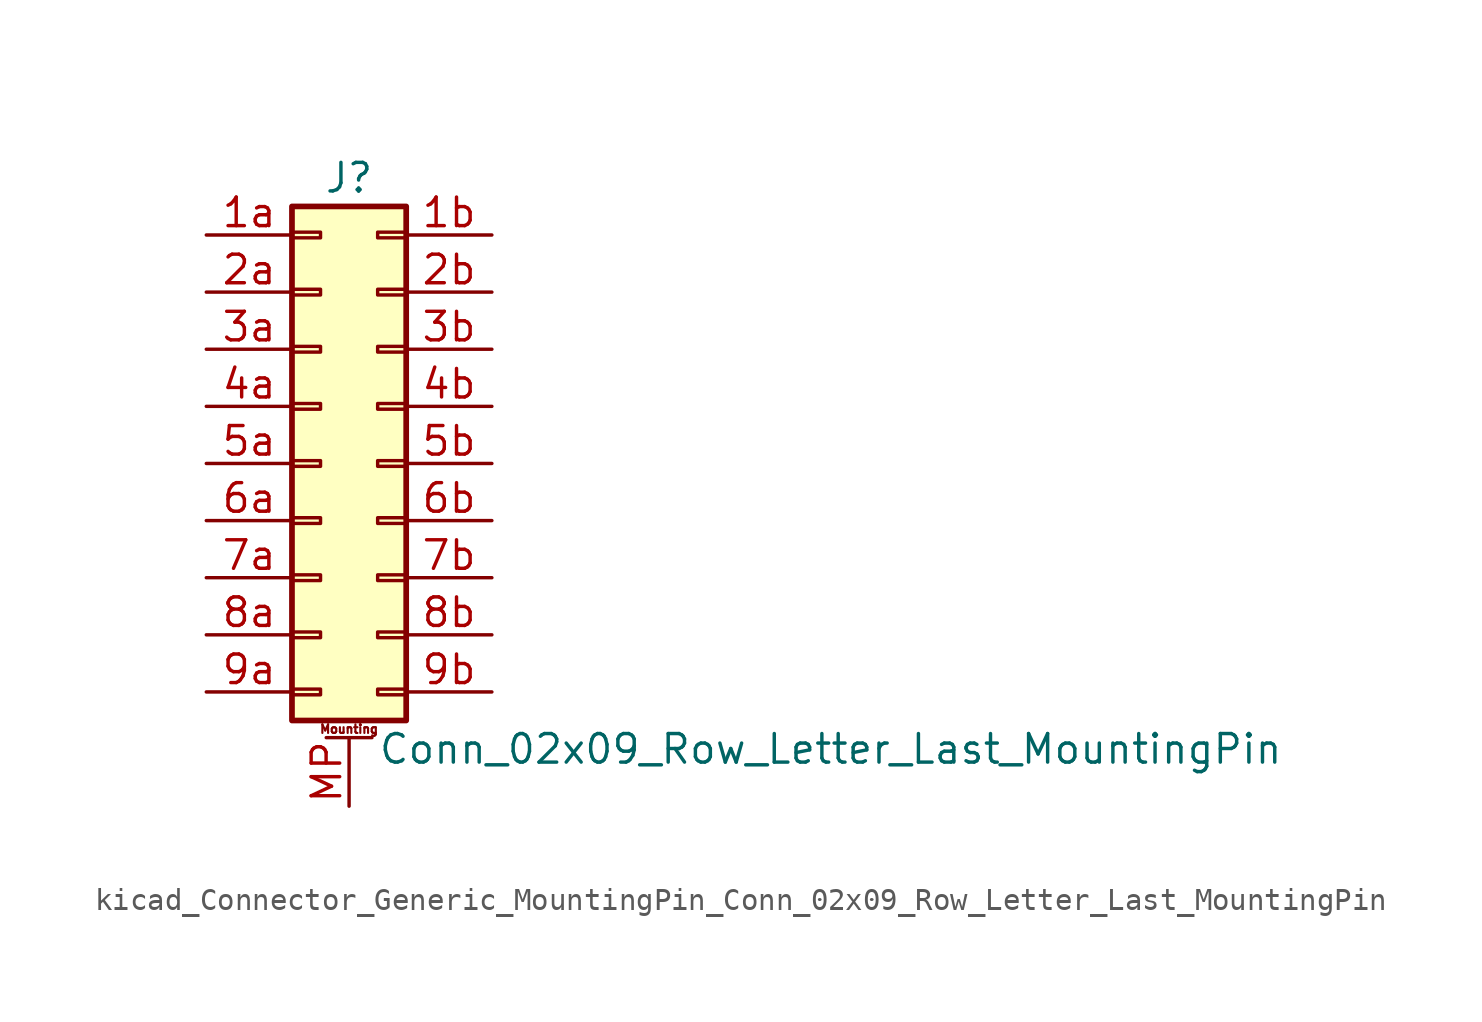
<source format=kicad_sym>
(kicad_symbol_lib
  (version 20220914)
  (generator kicad_symbol_editor)
  (symbol "kicad_Connector_Generic_MountingPin_Conn_02x09_Row_Letter_Last_MountingPin"
    (pin_names
      (offset 1.016) hide)
    (property "Reference" "J"
      (at 1.27 12.7 0)
      (effects (font (size 1.27 1.27))))
    (property "Value" "Conn_02x09_Row_Letter_Last_MountingPin"
      (at 2.54 -12.7 0)
      (effects (font (size 1.27 1.27)) (justify left)))
    (symbol "kicad_Connector_Generic_MountingPin_Conn_02x09_Row_Letter_Last_MountingPin_1_1"
      (rectangle (start -1.27 -10.033) (end 0 -10.287) (stroke (width 0.152) (type default)) (fill (type none)))
      (rectangle (start -1.27 -7.493) (end 0 -7.747) (stroke (width 0.152) (type default)) (fill (type none)))
      (rectangle (start -1.27 -4.953) (end 0 -5.207) (stroke (width 0.152) (type default)) (fill (type none)))
      (rectangle (start -1.27 -2.413) (end 0 -2.667) (stroke (width 0.152) (type default)) (fill (type none)))
      (rectangle (start -1.27 0.127) (end 0 -0.127) (stroke (width 0.152) (type default)) (fill (type none)))
      (rectangle (start -1.27 2.667) (end 0 2.413) (stroke (width 0.152) (type default)) (fill (type none)))
      (rectangle (start -1.27 5.207) (end 0 4.953) (stroke (width 0.152) (type default)) (fill (type none)))
      (rectangle (start -1.27 7.747) (end 0 7.493) (stroke (width 0.152) (type default)) (fill (type none)))
      (rectangle (start -1.27 10.287) (end 0 10.033) (stroke (width 0.152) (type default)) (fill (type none)))
      (rectangle (start -1.27 11.43) (end 3.81 -11.43) (stroke (width 0.254) (type default)) (fill (type background)))
      (polyline (pts (xy 0.254 -12.192) (xy 2.286 -12.192)) (stroke (width 0.152) (type default)) (fill (type none)))
      (rectangle (start 3.81 -10.033) (end 2.54 -10.287) (stroke (width 0.152) (type default)) (fill (type none)))
      (rectangle (start 3.81 -7.493) (end 2.54 -7.747) (stroke (width 0.152) (type default)) (fill (type none)))
      (rectangle (start 3.81 -4.953) (end 2.54 -5.207) (stroke (width 0.152) (type default)) (fill (type none)))
      (rectangle (start 3.81 -2.413) (end 2.54 -2.667) (stroke (width 0.152) (type default)) (fill (type none)))
      (rectangle (start 3.81 0.127) (end 2.54 -0.127) (stroke (width 0.152) (type default)) (fill (type none)))
      (rectangle (start 3.81 2.667) (end 2.54 2.413) (stroke (width 0.152) (type default)) (fill (type none)))
      (rectangle (start 3.81 5.207) (end 2.54 4.953) (stroke (width 0.152) (type default)) (fill (type none)))
      (rectangle (start 3.81 7.747) (end 2.54 7.493) (stroke (width 0.152) (type default)) (fill (type none)))
      (rectangle (start 3.81 10.287) (end 2.54 10.033) (stroke (width 0.152) (type default)) (fill (type none)))
      (text "Mounting" (at 1.27 -11.811 0) (effects (font (size 0.381 0.381))))
      (pin passive line (at -5.08 10.16 0) (length 3.81) (name "Pin_1a" (effects (font (size 1.27 1.27)))) (number "1a" (effects (font (size 1.27 1.27)))))
      (pin passive line (at 7.62 10.16 180) (length 3.81) (name "Pin_1b" (effects (font (size 1.27 1.27)))) (number "1b" (effects (font (size 1.27 1.27)))))
      (pin passive line (at -5.08 7.62 0) (length 3.81) (name "Pin_2a" (effects (font (size 1.27 1.27)))) (number "2a" (effects (font (size 1.27 1.27)))))
      (pin passive line (at 7.62 7.62 180) (length 3.81) (name "Pin_2b" (effects (font (size 1.27 1.27)))) (number "2b" (effects (font (size 1.27 1.27)))))
      (pin passive line (at -5.08 5.08 0) (length 3.81) (name "Pin_3a" (effects (font (size 1.27 1.27)))) (number "3a" (effects (font (size 1.27 1.27)))))
      (pin passive line (at 7.62 5.08 180) (length 3.81) (name "Pin_3b" (effects (font (size 1.27 1.27)))) (number "3b" (effects (font (size 1.27 1.27)))))
      (pin passive line (at -5.08 2.54 0) (length 3.81) (name "Pin_4a" (effects (font (size 1.27 1.27)))) (number "4a" (effects (font (size 1.27 1.27)))))
      (pin passive line (at 7.62 2.54 180) (length 3.81) (name "Pin_4b" (effects (font (size 1.27 1.27)))) (number "4b" (effects (font (size 1.27 1.27)))))
      (pin passive line (at -5.08 0 0) (length 3.81) (name "Pin_5a" (effects (font (size 1.27 1.27)))) (number "5a" (effects (font (size 1.27 1.27)))))
      (pin passive line (at 7.62 0 180) (length 3.81) (name "Pin_5b" (effects (font (size 1.27 1.27)))) (number "5b" (effects (font (size 1.27 1.27)))))
      (pin passive line (at -5.08 -2.54 0) (length 3.81) (name "Pin_6a" (effects (font (size 1.27 1.27)))) (number "6a" (effects (font (size 1.27 1.27)))))
      (pin passive line (at 7.62 -2.54 180) (length 3.81) (name "Pin_6b" (effects (font (size 1.27 1.27)))) (number "6b" (effects (font (size 1.27 1.27)))))
      (pin passive line (at -5.08 -5.08 0) (length 3.81) (name "Pin_7a" (effects (font (size 1.27 1.27)))) (number "7a" (effects (font (size 1.27 1.27)))))
      (pin passive line (at 7.62 -5.08 180) (length 3.81) (name "Pin_7b" (effects (font (size 1.27 1.27)))) (number "7b" (effects (font (size 1.27 1.27)))))
      (pin passive line (at -5.08 -7.62 0) (length 3.81) (name "Pin_8a" (effects (font (size 1.27 1.27)))) (number "8a" (effects (font (size 1.27 1.27)))))
      (pin passive line (at 7.62 -7.62 180) (length 3.81) (name "Pin_8b" (effects (font (size 1.27 1.27)))) (number "8b" (effects (font (size 1.27 1.27)))))
      (pin passive line (at -5.08 -10.16 0) (length 3.81) (name "Pin_9a" (effects (font (size 1.27 1.27)))) (number "9a" (effects (font (size 1.27 1.27)))))
      (pin passive line (at 7.62 -10.16 180) (length 3.81) (name "Pin_9b" (effects (font (size 1.27 1.27)))) (number "9b" (effects (font (size 1.27 1.27)))))
      (pin passive line (at 1.27 -15.24 90) (length 3.048) (name "MountPin" (effects (font (size 1.27 1.27)))) (number "MP" (effects (font (size 1.27 1.27))))))))
</source>
